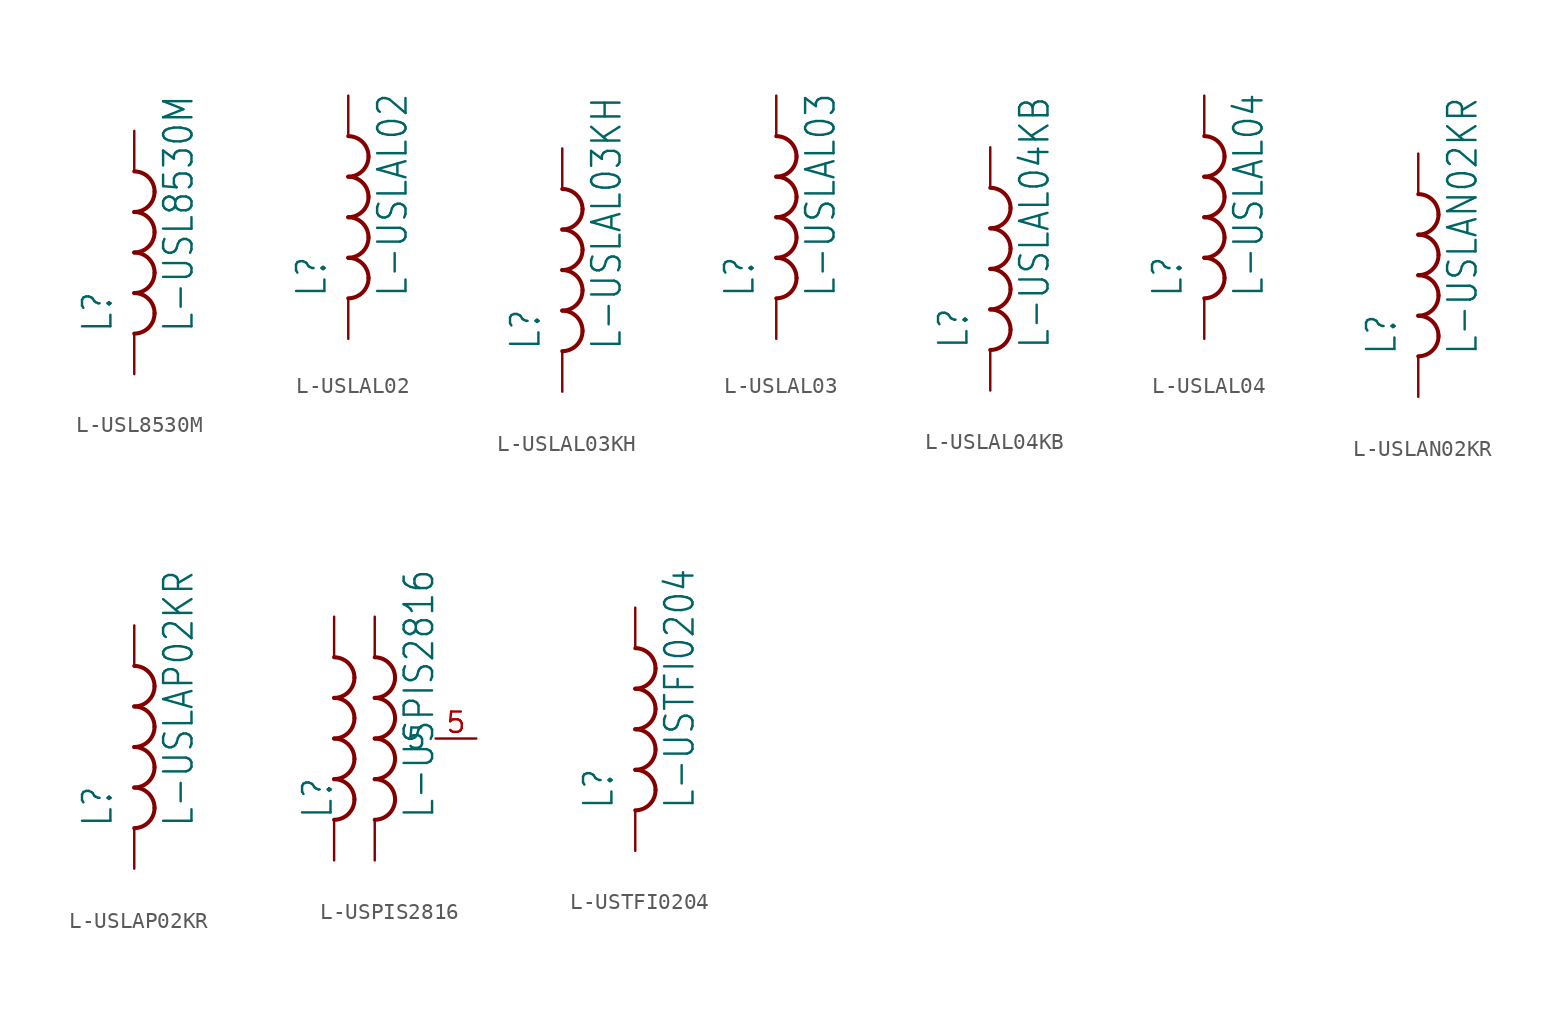
<source format=kicad_sym>
(kicad_symbol_lib
  (version 20220914)
  (generator kicad_symbol_editor)
  (symbol "L-USL8530M"
    (property "Reference" "L"
      (at -1.27 -5.08 90)
      (effects (font (size 1.778 1.511)) (justify left bottom)))
    (property "Value" "L-USL8530M"
      (at 3.81 -5.08 90)
      (effects (font (size 1.778 1.511)) (justify left bottom)))
    (property "ki_locked" ""
      (at 0 0 0)
      (effects (font (size 1.27 1.27))))
    (symbol "L-USL8530M_1_0"
      (arc (start 0 -5.08) (mid 0.898 -4.708) (end 1.27 -3.81) (stroke (width 0.254) (type default)) (fill (type none)))
      (arc (start 0 -2.54) (mid 0.898 -2.168) (end 1.27 -1.27) (stroke (width 0.254) (type default)) (fill (type none)))
      (arc (start 0 0) (mid 0.898 0.372) (end 1.27 1.27) (stroke (width 0.254) (type default)) (fill (type none)))
      (arc (start 0 2.54) (mid 0.898 2.912) (end 1.27 3.81) (stroke (width 0.254) (type default)) (fill (type none)))
      (arc (start 1.27 -3.81) (mid 0.898 -2.912) (end 0 -2.54) (stroke (width 0.254) (type default)) (fill (type none)))
      (arc (start 1.27 -1.27) (mid 0.898 -0.372) (end 0 0) (stroke (width 0.254) (type default)) (fill (type none)))
      (arc (start 1.27 1.27) (mid 0.898 2.168) (end 0 2.54) (stroke (width 0.254) (type default)) (fill (type none)))
      (arc (start 1.27 3.81) (mid 0.898 4.708) (end 0 5.08) (stroke (width 0.254) (type default)) (fill (type none)))
      (pin passive line (at 0 7.62 270) (length 2.54) (name "1" (effects (font (size 0 0)))) (number "1" (effects (font (size 0 0)))))
      (pin passive line (at 0 -7.62 90) (length 2.54) (name "2" (effects (font (size 0 0)))) (number "2" (effects (font (size 0 0)))))))
  (symbol "L-USLAL02"
    (property "Reference" "L"
      (at -1.27 -5.08 90)
      (effects (font (size 1.778 1.511)) (justify left bottom)))
    (property "Value" "L-USLAL02"
      (at 3.81 -5.08 90)
      (effects (font (size 1.778 1.511)) (justify left bottom)))
    (property "ki_locked" ""
      (at 0 0 0)
      (effects (font (size 1.27 1.27))))
    (symbol "L-USLAL02_1_0"
      (arc (start 0 -5.08) (mid 0.898 -4.708) (end 1.27 -3.81) (stroke (width 0.254) (type default)) (fill (type none)))
      (arc (start 0 -2.54) (mid 0.898 -2.168) (end 1.27 -1.27) (stroke (width 0.254) (type default)) (fill (type none)))
      (arc (start 0 0) (mid 0.898 0.372) (end 1.27 1.27) (stroke (width 0.254) (type default)) (fill (type none)))
      (arc (start 0 2.54) (mid 0.898 2.912) (end 1.27 3.81) (stroke (width 0.254) (type default)) (fill (type none)))
      (arc (start 1.27 -3.81) (mid 0.898 -2.912) (end 0 -2.54) (stroke (width 0.254) (type default)) (fill (type none)))
      (arc (start 1.27 -1.27) (mid 0.898 -0.372) (end 0 0) (stroke (width 0.254) (type default)) (fill (type none)))
      (arc (start 1.27 1.27) (mid 0.898 2.168) (end 0 2.54) (stroke (width 0.254) (type default)) (fill (type none)))
      (arc (start 1.27 3.81) (mid 0.898 4.708) (end 0 5.08) (stroke (width 0.254) (type default)) (fill (type none)))
      (pin passive line (at 0 7.62 270) (length 2.54) (name "1" (effects (font (size 0 0)))) (number "1" (effects (font (size 0 0)))))
      (pin passive line (at 0 -7.62 90) (length 2.54) (name "2" (effects (font (size 0 0)))) (number "2" (effects (font (size 0 0)))))))
  (symbol "L-USLAL03KH"
    (property "Reference" "L"
      (at -1.27 -5.08 90)
      (effects (font (size 1.778 1.511)) (justify left bottom)))
    (property "Value" "L-USLAL03KH"
      (at 3.81 -5.08 90)
      (effects (font (size 1.778 1.511)) (justify left bottom)))
    (property "ki_locked" ""
      (at 0 0 0)
      (effects (font (size 1.27 1.27))))
    (symbol "L-USLAL03KH_1_0"
      (arc (start 0 -5.08) (mid 0.898 -4.708) (end 1.27 -3.81) (stroke (width 0.254) (type default)) (fill (type none)))
      (arc (start 0 -2.54) (mid 0.898 -2.168) (end 1.27 -1.27) (stroke (width 0.254) (type default)) (fill (type none)))
      (arc (start 0 0) (mid 0.898 0.372) (end 1.27 1.27) (stroke (width 0.254) (type default)) (fill (type none)))
      (arc (start 0 2.54) (mid 0.898 2.912) (end 1.27 3.81) (stroke (width 0.254) (type default)) (fill (type none)))
      (arc (start 1.27 -3.81) (mid 0.898 -2.912) (end 0 -2.54) (stroke (width 0.254) (type default)) (fill (type none)))
      (arc (start 1.27 -1.27) (mid 0.898 -0.372) (end 0 0) (stroke (width 0.254) (type default)) (fill (type none)))
      (arc (start 1.27 1.27) (mid 0.898 2.168) (end 0 2.54) (stroke (width 0.254) (type default)) (fill (type none)))
      (arc (start 1.27 3.81) (mid 0.898 4.708) (end 0 5.08) (stroke (width 0.254) (type default)) (fill (type none)))
      (pin passive line (at 0 7.62 270) (length 2.54) (name "1" (effects (font (size 0 0)))) (number "1" (effects (font (size 0 0)))))
      (pin passive line (at 0 -7.62 90) (length 2.54) (name "2" (effects (font (size 0 0)))) (number "2" (effects (font (size 0 0)))))))
  (symbol "L-USLAL03"
    (property "Reference" "L"
      (at -1.27 -5.08 90)
      (effects (font (size 1.778 1.511)) (justify left bottom)))
    (property "Value" "L-USLAL03"
      (at 3.81 -5.08 90)
      (effects (font (size 1.778 1.511)) (justify left bottom)))
    (property "ki_locked" ""
      (at 0 0 0)
      (effects (font (size 1.27 1.27))))
    (symbol "L-USLAL03_1_0"
      (arc (start 0 -5.08) (mid 0.898 -4.708) (end 1.27 -3.81) (stroke (width 0.254) (type default)) (fill (type none)))
      (arc (start 0 -2.54) (mid 0.898 -2.168) (end 1.27 -1.27) (stroke (width 0.254) (type default)) (fill (type none)))
      (arc (start 0 0) (mid 0.898 0.372) (end 1.27 1.27) (stroke (width 0.254) (type default)) (fill (type none)))
      (arc (start 0 2.54) (mid 0.898 2.912) (end 1.27 3.81) (stroke (width 0.254) (type default)) (fill (type none)))
      (arc (start 1.27 -3.81) (mid 0.898 -2.912) (end 0 -2.54) (stroke (width 0.254) (type default)) (fill (type none)))
      (arc (start 1.27 -1.27) (mid 0.898 -0.372) (end 0 0) (stroke (width 0.254) (type default)) (fill (type none)))
      (arc (start 1.27 1.27) (mid 0.898 2.168) (end 0 2.54) (stroke (width 0.254) (type default)) (fill (type none)))
      (arc (start 1.27 3.81) (mid 0.898 4.708) (end 0 5.08) (stroke (width 0.254) (type default)) (fill (type none)))
      (pin passive line (at 0 7.62 270) (length 2.54) (name "1" (effects (font (size 0 0)))) (number "1" (effects (font (size 0 0)))))
      (pin passive line (at 0 -7.62 90) (length 2.54) (name "2" (effects (font (size 0 0)))) (number "2" (effects (font (size 0 0)))))))
  (symbol "L-USLAL04KB"
    (property "Reference" "L"
      (at -1.27 -5.08 90)
      (effects (font (size 1.778 1.511)) (justify left bottom)))
    (property "Value" "L-USLAL04KB"
      (at 3.81 -5.08 90)
      (effects (font (size 1.778 1.511)) (justify left bottom)))
    (property "ki_locked" ""
      (at 0 0 0)
      (effects (font (size 1.27 1.27))))
    (symbol "L-USLAL04KB_1_0"
      (arc (start 0 -5.08) (mid 0.898 -4.708) (end 1.27 -3.81) (stroke (width 0.254) (type default)) (fill (type none)))
      (arc (start 0 -2.54) (mid 0.898 -2.168) (end 1.27 -1.27) (stroke (width 0.254) (type default)) (fill (type none)))
      (arc (start 0 0) (mid 0.898 0.372) (end 1.27 1.27) (stroke (width 0.254) (type default)) (fill (type none)))
      (arc (start 0 2.54) (mid 0.898 2.912) (end 1.27 3.81) (stroke (width 0.254) (type default)) (fill (type none)))
      (arc (start 1.27 -3.81) (mid 0.898 -2.912) (end 0 -2.54) (stroke (width 0.254) (type default)) (fill (type none)))
      (arc (start 1.27 -1.27) (mid 0.898 -0.372) (end 0 0) (stroke (width 0.254) (type default)) (fill (type none)))
      (arc (start 1.27 1.27) (mid 0.898 2.168) (end 0 2.54) (stroke (width 0.254) (type default)) (fill (type none)))
      (arc (start 1.27 3.81) (mid 0.898 4.708) (end 0 5.08) (stroke (width 0.254) (type default)) (fill (type none)))
      (pin passive line (at 0 7.62 270) (length 2.54) (name "1" (effects (font (size 0 0)))) (number "1" (effects (font (size 0 0)))))
      (pin passive line (at 0 -7.62 90) (length 2.54) (name "2" (effects (font (size 0 0)))) (number "2" (effects (font (size 0 0)))))))
  (symbol "L-USLAL04"
    (property "Reference" "L"
      (at -1.27 -5.08 90)
      (effects (font (size 1.778 1.511)) (justify left bottom)))
    (property "Value" "L-USLAL04"
      (at 3.81 -5.08 90)
      (effects (font (size 1.778 1.511)) (justify left bottom)))
    (property "ki_locked" ""
      (at 0 0 0)
      (effects (font (size 1.27 1.27))))
    (symbol "L-USLAL04_1_0"
      (arc (start 0 -5.08) (mid 0.898 -4.708) (end 1.27 -3.81) (stroke (width 0.254) (type default)) (fill (type none)))
      (arc (start 0 -2.54) (mid 0.898 -2.168) (end 1.27 -1.27) (stroke (width 0.254) (type default)) (fill (type none)))
      (arc (start 0 0) (mid 0.898 0.372) (end 1.27 1.27) (stroke (width 0.254) (type default)) (fill (type none)))
      (arc (start 0 2.54) (mid 0.898 2.912) (end 1.27 3.81) (stroke (width 0.254) (type default)) (fill (type none)))
      (arc (start 1.27 -3.81) (mid 0.898 -2.912) (end 0 -2.54) (stroke (width 0.254) (type default)) (fill (type none)))
      (arc (start 1.27 -1.27) (mid 0.898 -0.372) (end 0 0) (stroke (width 0.254) (type default)) (fill (type none)))
      (arc (start 1.27 1.27) (mid 0.898 2.168) (end 0 2.54) (stroke (width 0.254) (type default)) (fill (type none)))
      (arc (start 1.27 3.81) (mid 0.898 4.708) (end 0 5.08) (stroke (width 0.254) (type default)) (fill (type none)))
      (pin passive line (at 0 7.62 270) (length 2.54) (name "1" (effects (font (size 0 0)))) (number "1" (effects (font (size 0 0)))))
      (pin passive line (at 0 -7.62 90) (length 2.54) (name "2" (effects (font (size 0 0)))) (number "2" (effects (font (size 0 0)))))))
  (symbol "L-USLAN02KR"
    (property "Reference" "L"
      (at -1.27 -5.08 90)
      (effects (font (size 1.778 1.511)) (justify left bottom)))
    (property "Value" "L-USLAN02KR"
      (at 3.81 -5.08 90)
      (effects (font (size 1.778 1.511)) (justify left bottom)))
    (property "ki_locked" ""
      (at 0 0 0)
      (effects (font (size 1.27 1.27))))
    (symbol "L-USLAN02KR_1_0"
      (arc (start 0 -5.08) (mid 0.898 -4.708) (end 1.27 -3.81) (stroke (width 0.254) (type default)) (fill (type none)))
      (arc (start 0 -2.54) (mid 0.898 -2.168) (end 1.27 -1.27) (stroke (width 0.254) (type default)) (fill (type none)))
      (arc (start 0 0) (mid 0.898 0.372) (end 1.27 1.27) (stroke (width 0.254) (type default)) (fill (type none)))
      (arc (start 0 2.54) (mid 0.898 2.912) (end 1.27 3.81) (stroke (width 0.254) (type default)) (fill (type none)))
      (arc (start 1.27 -3.81) (mid 0.898 -2.912) (end 0 -2.54) (stroke (width 0.254) (type default)) (fill (type none)))
      (arc (start 1.27 -1.27) (mid 0.898 -0.372) (end 0 0) (stroke (width 0.254) (type default)) (fill (type none)))
      (arc (start 1.27 1.27) (mid 0.898 2.168) (end 0 2.54) (stroke (width 0.254) (type default)) (fill (type none)))
      (arc (start 1.27 3.81) (mid 0.898 4.708) (end 0 5.08) (stroke (width 0.254) (type default)) (fill (type none)))
      (pin passive line (at 0 7.62 270) (length 2.54) (name "1" (effects (font (size 0 0)))) (number "1" (effects (font (size 0 0)))))
      (pin passive line (at 0 -7.62 90) (length 2.54) (name "2" (effects (font (size 0 0)))) (number "2" (effects (font (size 0 0)))))))
  (symbol "L-USLAP02KR"
    (property "Reference" "L"
      (at -1.27 -5.08 90)
      (effects (font (size 1.778 1.511)) (justify left bottom)))
    (property "Value" "L-USLAP02KR"
      (at 3.81 -5.08 90)
      (effects (font (size 1.778 1.511)) (justify left bottom)))
    (property "ki_locked" ""
      (at 0 0 0)
      (effects (font (size 1.27 1.27))))
    (symbol "L-USLAP02KR_1_0"
      (arc (start 0 -5.08) (mid 0.898 -4.708) (end 1.27 -3.81) (stroke (width 0.254) (type default)) (fill (type none)))
      (arc (start 0 -2.54) (mid 0.898 -2.168) (end 1.27 -1.27) (stroke (width 0.254) (type default)) (fill (type none)))
      (arc (start 0 0) (mid 0.898 0.372) (end 1.27 1.27) (stroke (width 0.254) (type default)) (fill (type none)))
      (arc (start 0 2.54) (mid 0.898 2.912) (end 1.27 3.81) (stroke (width 0.254) (type default)) (fill (type none)))
      (arc (start 1.27 -3.81) (mid 0.898 -2.912) (end 0 -2.54) (stroke (width 0.254) (type default)) (fill (type none)))
      (arc (start 1.27 -1.27) (mid 0.898 -0.372) (end 0 0) (stroke (width 0.254) (type default)) (fill (type none)))
      (arc (start 1.27 1.27) (mid 0.898 2.168) (end 0 2.54) (stroke (width 0.254) (type default)) (fill (type none)))
      (arc (start 1.27 3.81) (mid 0.898 4.708) (end 0 5.08) (stroke (width 0.254) (type default)) (fill (type none)))
      (pin passive line (at 0 7.62 270) (length 2.54) (name "1" (effects (font (size 0 0)))) (number "1" (effects (font (size 0 0)))))
      (pin passive line (at 0 -7.62 90) (length 2.54) (name "2" (effects (font (size 0 0)))) (number "2" (effects (font (size 0 0)))))))
  (symbol "L-USPIS2816"
    (property "Reference" "L"
      (at -1.27 -5.08 90)
      (effects (font (size 1.778 1.511)) (justify left bottom)))
    (property "Value" "L-USPIS2816"
      (at 5.08 -5.08 90)
      (effects (font (size 1.778 1.511)) (justify left bottom)))
    (property "ki_locked" ""
      (at 0 0 0)
      (effects (font (size 1.27 1.27))))
    (symbol "L-USPIS2816_1_0"
      (arc (start -1.2699 -5.0801) (mid -0.3719 -4.7081) (end 0.0001 -3.8101) (stroke (width 0.254) (type default)) (fill (type none)))
      (arc (start -1.2699 -2.5401) (mid -0.3719 -2.1681) (end 0.0001 -1.2701) (stroke (width 0.254) (type default)) (fill (type none)))
      (arc (start -1.2699 -0.0001) (mid -0.3719 0.3719) (end 0.0001 1.2699) (stroke (width 0.254) (type default)) (fill (type none)))
      (arc (start -1.2699 2.5399) (mid -0.3719 2.9119) (end 0.0001 3.8099) (stroke (width 0.254) (type default)) (fill (type none)))
      (arc (start 0.0001 -3.8099) (mid -0.3719 -2.9119) (end -1.2699 -2.5399) (stroke (width 0.254) (type default)) (fill (type none)))
      (arc (start 0.0001 -1.2699) (mid -0.3719 -0.3719) (end -1.2699 0.0001) (stroke (width 0.254) (type default)) (fill (type none)))
      (arc (start 0.0001 1.2701) (mid -0.3719 2.1681) (end -1.2699 2.5401) (stroke (width 0.254) (type default)) (fill (type none)))
      (arc (start 0.0001 3.8101) (mid -0.3719 4.7081) (end -1.2699 5.0801) (stroke (width 0.254) (type default)) (fill (type none)))
      (arc (start 1.27 -5.08) (mid 2.168 -4.708) (end 2.54 -3.81) (stroke (width 0.254) (type default)) (fill (type none)))
      (arc (start 1.27 -2.54) (mid 2.168 -2.168) (end 2.54 -1.27) (stroke (width 0.254) (type default)) (fill (type none)))
      (arc (start 1.2701 -0.0001) (mid 2.1681 0.3719) (end 2.5401 1.2699) (stroke (width 0.254) (type default)) (fill (type none)))
      (arc (start 1.27 2.54) (mid 2.168 2.912) (end 2.54 3.81) (stroke (width 0.254) (type default)) (fill (type none)))
      (arc (start 2.54 -3.81) (mid 2.168 -2.912) (end 1.27 -2.54) (stroke (width 0.254) (type default)) (fill (type none)))
      (arc (start 2.54 -1.27) (mid 2.168 -0.372) (end 1.27 0) (stroke (width 0.254) (type default)) (fill (type none)))
      (arc (start 2.54 1.27) (mid 2.168 2.168) (end 1.27 2.54) (stroke (width 0.254) (type default)) (fill (type none)))
      (arc (start 2.54 3.81) (mid 2.168 4.708) (end 1.27 5.08) (stroke (width 0.254) (type default)) (fill (type none)))
      (pin passive line (at 1.27 7.62 270) (length 2.54) (name "1" (effects (font (size 0 0)))) (number "1" (effects (font (size 0 0)))))
      (pin passive line (at 1.27 -7.62 90) (length 2.54) (name "2" (effects (font (size 0 0)))) (number "2" (effects (font (size 0 0)))))
      (pin passive line (at -1.27 -7.62 90) (length 2.54) (name "3" (effects (font (size 0 0)))) (number "3" (effects (font (size 0 0)))))
      (pin passive line (at -1.27 7.62 270) (length 2.54) (name "4" (effects (font (size 0 0)))) (number "4" (effects (font (size 0 0)))))
      (pin passive line (at 7.62 0 180) (length 2.54) (name "5" (effects (font (size 1.27 1.27)))) (number "5" (effects (font (size 1.27 1.27)))))))
  (symbol "L-USTFI0204"
    (property "Reference" "L"
      (at -1.27 -5.08 90)
      (effects (font (size 1.778 1.511)) (justify left bottom)))
    (property "Value" "L-USTFI0204"
      (at 3.81 -5.08 90)
      (effects (font (size 1.778 1.511)) (justify left bottom)))
    (property "ki_locked" ""
      (at 0 0 0)
      (effects (font (size 1.27 1.27))))
    (symbol "L-USTFI0204_1_0"
      (arc (start 0 -5.08) (mid 0.898 -4.708) (end 1.27 -3.81) (stroke (width 0.254) (type default)) (fill (type none)))
      (arc (start 0 -2.54) (mid 0.898 -2.168) (end 1.27 -1.27) (stroke (width 0.254) (type default)) (fill (type none)))
      (arc (start 0 0) (mid 0.898 0.372) (end 1.27 1.27) (stroke (width 0.254) (type default)) (fill (type none)))
      (arc (start 0 2.54) (mid 0.898 2.912) (end 1.27 3.81) (stroke (width 0.254) (type default)) (fill (type none)))
      (arc (start 1.27 -3.81) (mid 0.898 -2.912) (end 0 -2.54) (stroke (width 0.254) (type default)) (fill (type none)))
      (arc (start 1.27 -1.27) (mid 0.898 -0.372) (end 0 0) (stroke (width 0.254) (type default)) (fill (type none)))
      (arc (start 1.27 1.27) (mid 0.898 2.168) (end 0 2.54) (stroke (width 0.254) (type default)) (fill (type none)))
      (arc (start 1.27 3.81) (mid 0.898 4.708) (end 0 5.08) (stroke (width 0.254) (type default)) (fill (type none)))
      (pin passive line (at 0 7.62 270) (length 2.54) (name "1" (effects (font (size 0 0)))) (number "1" (effects (font (size 0 0)))))
      (pin passive line (at 0 -7.62 90) (length 2.54) (name "2" (effects (font (size 0 0)))) (number "2" (effects (font (size 0 0))))))))
</source>
